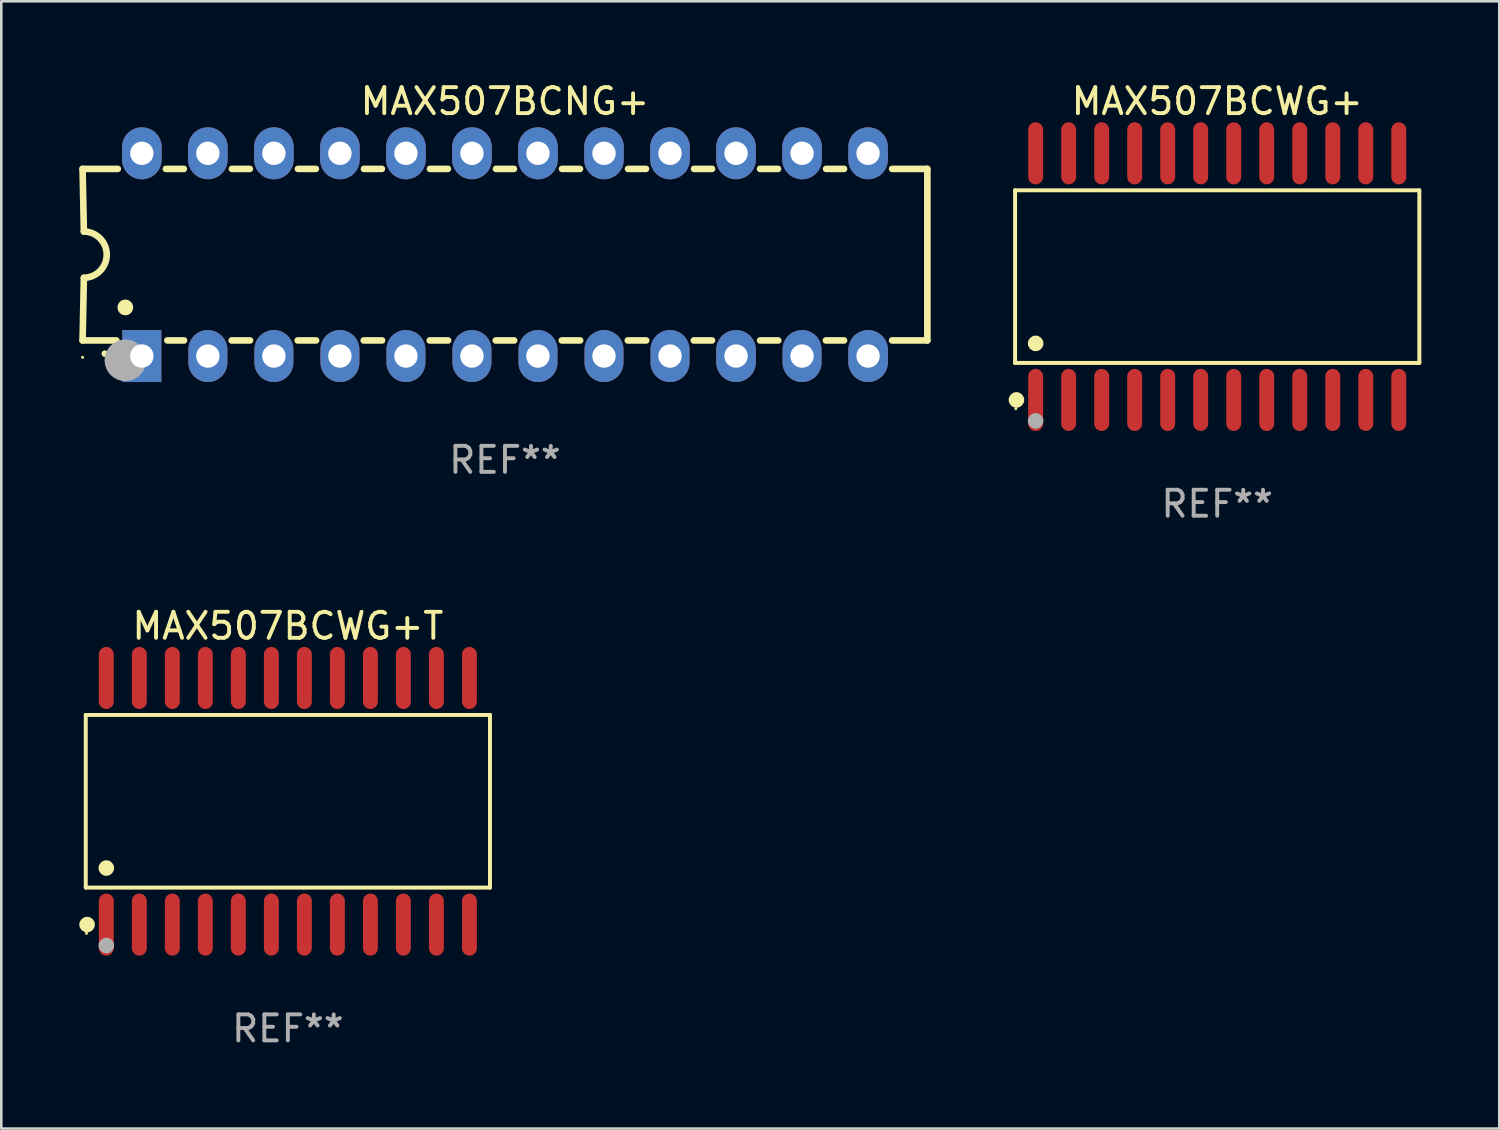
<source format=kicad_pcb>
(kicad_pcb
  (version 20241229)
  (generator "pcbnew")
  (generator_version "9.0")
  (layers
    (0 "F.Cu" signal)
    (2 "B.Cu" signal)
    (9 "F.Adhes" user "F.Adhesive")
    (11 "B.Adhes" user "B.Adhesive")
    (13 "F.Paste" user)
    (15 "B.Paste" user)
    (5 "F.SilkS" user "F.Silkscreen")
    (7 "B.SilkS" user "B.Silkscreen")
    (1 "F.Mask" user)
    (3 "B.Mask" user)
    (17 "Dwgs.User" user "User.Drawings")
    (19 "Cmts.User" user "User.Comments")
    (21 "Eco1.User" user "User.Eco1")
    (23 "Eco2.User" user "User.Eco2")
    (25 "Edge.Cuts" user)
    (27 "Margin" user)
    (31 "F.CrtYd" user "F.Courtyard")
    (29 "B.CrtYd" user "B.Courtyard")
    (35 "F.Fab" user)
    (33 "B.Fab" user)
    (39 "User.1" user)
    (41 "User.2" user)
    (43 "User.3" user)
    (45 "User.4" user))
  (footprint "MAX507BCWG+"
    (layer "F.Cu")
    (at 43.779 7.592)
    (property "Reference" "MAX507BCWG+" (at 0 -6.744 0) (layer "F.SilkS") (effects (font (size 1 1) (thickness 0.15))))
    (attr through_hole)
    (fp_line (start -7.776 -3.321) (end 7.776 -3.321) (stroke (width 0.152) (type solid)) (layer "F.SilkS"))
    (fp_line (start -7.776 3.321) (end -7.776 -3.321) (stroke (width 0.152) (type solid)) (layer "F.SilkS"))
    (fp_line (start 7.776 -3.321) (end 7.776 3.321) (stroke (width 0.152) (type solid)) (layer "F.SilkS"))
    (fp_line (start 7.776 3.321) (end -7.776 3.321) (stroke (width 0.152) (type solid)) (layer "F.SilkS"))
    (fp_circle (center -7.747 5.08) (end -7.717 5.08) (stroke (width 0.06) (type solid)) (fill no) (layer "F.SilkS"))
    (fp_circle (center -7.724 4.744) (end -7.574 4.744) (stroke (width 0.3) (type solid)) (fill no) (layer "F.SilkS"))
    (fp_circle (center -6.985 2.569) (end -6.835 2.569) (stroke (width 0.3) (type solid)) (fill no) (layer "F.SilkS"))
    (fp_circle (center -6.985 5.55) (end -6.835 5.55) (stroke (width 0.3) (type solid)) (fill no) (layer "F.Fab"))
    (fp_text user "REF**" (at 0 8.744 0) (layer "F.Fab") (effects (font (size 1 1) (thickness 0.15))))
    (pad "1" smd oval (at -6.985 4.744) (size 0.574 2.388) (layers "F.Cu" "F.Mask" "F.Paste"))
    (pad "2" smd oval (at -5.715 4.744) (size 0.574 2.388) (layers "F.Cu" "F.Mask" "F.Paste"))
    (pad "3" smd oval (at -4.445 4.744) (size 0.574 2.388) (layers "F.Cu" "F.Mask" "F.Paste"))
    (pad "4" smd oval (at -3.175 4.744) (size 0.574 2.388) (layers "F.Cu" "F.Mask" "F.Paste"))
    (pad "5" smd oval (at -1.905 4.744) (size 0.574 2.388) (layers "F.Cu" "F.Mask" "F.Paste"))
    (pad "6" smd oval (at -0.635 4.744) (size 0.574 2.388) (layers "F.Cu" "F.Mask" "F.Paste"))
    (pad "7" smd oval (at 0.635 4.744) (size 0.574 2.388) (layers "F.Cu" "F.Mask" "F.Paste"))
    (pad "8" smd oval (at 1.905 4.744) (size 0.574 2.388) (layers "F.Cu" "F.Mask" "F.Paste"))
    (pad "9" smd oval (at 3.175 4.744) (size 0.574 2.388) (layers "F.Cu" "F.Mask" "F.Paste"))
    (pad "10" smd oval (at 4.445 4.744) (size 0.574 2.388) (layers "F.Cu" "F.Mask" "F.Paste"))
    (pad "11" smd oval (at 5.715 4.744) (size 0.574 2.388) (layers "F.Cu" "F.Mask" "F.Paste"))
    (pad "12" smd oval (at 6.985 4.744) (size 0.574 2.388) (layers "F.Cu" "F.Mask" "F.Paste"))
    (pad "13" smd oval (at 6.985 -4.744) (size 0.574 2.388) (layers "F.Cu" "F.Mask" "F.Paste"))
    (pad "14" smd oval (at 5.715 -4.744) (size 0.574 2.388) (layers "F.Cu" "F.Mask" "F.Paste"))
    (pad "15" smd oval (at 4.445 -4.744) (size 0.574 2.388) (layers "F.Cu" "F.Mask" "F.Paste"))
    (pad "16" smd oval (at 3.175 -4.744) (size 0.574 2.388) (layers "F.Cu" "F.Mask" "F.Paste"))
    (pad "17" smd oval (at 1.905 -4.744) (size 0.574 2.388) (layers "F.Cu" "F.Mask" "F.Paste"))
    (pad "18" smd oval (at 0.635 -4.744) (size 0.574 2.388) (layers "F.Cu" "F.Mask" "F.Paste"))
    (pad "19" smd oval (at -0.635 -4.744) (size 0.574 2.388) (layers "F.Cu" "F.Mask" "F.Paste"))
    (pad "20" smd oval (at -1.905 -4.744) (size 0.574 2.388) (layers "F.Cu" "F.Mask" "F.Paste"))
    (pad "21" smd oval (at -3.175 -4.744) (size 0.574 2.388) (layers "F.Cu" "F.Mask" "F.Paste"))
    (pad "22" smd oval (at -4.445 -4.744) (size 0.574 2.388) (layers "F.Cu" "F.Mask" "F.Paste"))
    (pad "23" smd oval (at -5.715 -4.744) (size 0.574 2.388) (layers "F.Cu" "F.Mask" "F.Paste"))
    (pad "24" smd oval (at -6.985 -4.744) (size 0.574 2.388) (layers "F.Cu" "F.Mask" "F.Paste")))
  (footprint "MAX507BCWG+T"
    (layer "F.Cu")
    (at 8.025 27.777)
    (property "Reference" "MAX507BCWG+T" (at 0 -6.744 0) (layer "F.SilkS") (effects (font (size 1 1) (thickness 0.15))))
    (attr through_hole)
    (fp_line (start -7.776 -3.321) (end 7.776 -3.321) (stroke (width 0.152) (type solid)) (layer "F.SilkS"))
    (fp_line (start -7.776 3.321) (end -7.776 -3.321) (stroke (width 0.152) (type solid)) (layer "F.SilkS"))
    (fp_line (start 7.776 -3.321) (end 7.776 3.321) (stroke (width 0.152) (type solid)) (layer "F.SilkS"))
    (fp_line (start 7.776 3.321) (end -7.776 3.321) (stroke (width 0.152) (type solid)) (layer "F.SilkS"))
    (fp_circle (center -7.747 5.08) (end -7.717 5.08) (stroke (width 0.06) (type solid)) (fill no) (layer "F.SilkS"))
    (fp_circle (center -7.724 4.744) (end -7.574 4.744) (stroke (width 0.3) (type solid)) (fill no) (layer "F.SilkS"))
    (fp_circle (center -6.985 2.569) (end -6.835 2.569) (stroke (width 0.3) (type solid)) (fill no) (layer "F.SilkS"))
    (fp_circle (center -6.985 5.55) (end -6.835 5.55) (stroke (width 0.3) (type solid)) (fill no) (layer "F.Fab"))
    (fp_text user "REF**" (at 0 8.744 0) (layer "F.Fab") (effects (font (size 1 1) (thickness 0.15))))
    (pad "1" smd oval (at -6.985 4.744) (size 0.574 2.388) (layers "F.Cu" "F.Mask" "F.Paste"))
    (pad "2" smd oval (at -5.715 4.744) (size 0.574 2.388) (layers "F.Cu" "F.Mask" "F.Paste"))
    (pad "3" smd oval (at -4.445 4.744) (size 0.574 2.388) (layers "F.Cu" "F.Mask" "F.Paste"))
    (pad "4" smd oval (at -3.175 4.744) (size 0.574 2.388) (layers "F.Cu" "F.Mask" "F.Paste"))
    (pad "5" smd oval (at -1.905 4.744) (size 0.574 2.388) (layers "F.Cu" "F.Mask" "F.Paste"))
    (pad "6" smd oval (at -0.635 4.744) (size 0.574 2.388) (layers "F.Cu" "F.Mask" "F.Paste"))
    (pad "7" smd oval (at 0.635 4.744) (size 0.574 2.388) (layers "F.Cu" "F.Mask" "F.Paste"))
    (pad "8" smd oval (at 1.905 4.744) (size 0.574 2.388) (layers "F.Cu" "F.Mask" "F.Paste"))
    (pad "9" smd oval (at 3.175 4.744) (size 0.574 2.388) (layers "F.Cu" "F.Mask" "F.Paste"))
    (pad "10" smd oval (at 4.445 4.744) (size 0.574 2.388) (layers "F.Cu" "F.Mask" "F.Paste"))
    (pad "11" smd oval (at 5.715 4.744) (size 0.574 2.388) (layers "F.Cu" "F.Mask" "F.Paste"))
    (pad "12" smd oval (at 6.985 4.744) (size 0.574 2.388) (layers "F.Cu" "F.Mask" "F.Paste"))
    (pad "13" smd oval (at 6.985 -4.744) (size 0.574 2.388) (layers "F.Cu" "F.Mask" "F.Paste"))
    (pad "14" smd oval (at 5.715 -4.744) (size 0.574 2.388) (layers "F.Cu" "F.Mask" "F.Paste"))
    (pad "15" smd oval (at 4.445 -4.744) (size 0.574 2.388) (layers "F.Cu" "F.Mask" "F.Paste"))
    (pad "16" smd oval (at 3.175 -4.744) (size 0.574 2.388) (layers "F.Cu" "F.Mask" "F.Paste"))
    (pad "17" smd oval (at 1.905 -4.744) (size 0.574 2.388) (layers "F.Cu" "F.Mask" "F.Paste"))
    (pad "18" smd oval (at 0.635 -4.744) (size 0.574 2.388) (layers "F.Cu" "F.Mask" "F.Paste"))
    (pad "19" smd oval (at -0.635 -4.744) (size 0.574 2.388) (layers "F.Cu" "F.Mask" "F.Paste"))
    (pad "20" smd oval (at -1.905 -4.744) (size 0.574 2.388) (layers "F.Cu" "F.Mask" "F.Paste"))
    (pad "21" smd oval (at -3.175 -4.744) (size 0.574 2.388) (layers "F.Cu" "F.Mask" "F.Paste"))
    (pad "22" smd oval (at -4.445 -4.744) (size 0.574 2.388) (layers "F.Cu" "F.Mask" "F.Paste"))
    (pad "23" smd oval (at -5.715 -4.744) (size 0.574 2.388) (layers "F.Cu" "F.Mask" "F.Paste"))
    (pad "24" smd oval (at -6.985 -4.744) (size 0.574 2.388) (layers "F.Cu" "F.Mask" "F.Paste")))
  (footprint "MAX507BCNG+"
    (layer "F.Cu")
    (at 16.377 6.748)
    (property "Reference" "MAX507BCNG+" (at 0 -5.9 0) (layer "F.SilkS") (effects (font (size 1 1) (thickness 0.15))))
    (attr through_hole)
    (fp_line (start -16.25 -3.3) (end -16.2 -0.889) (stroke (width 0.254) (type solid)) (layer "F.SilkS"))
    (fp_line (start -16.25 -3.3) (end -14.895 -3.3) (stroke (width 0.254) (type solid)) (layer "F.SilkS"))
    (fp_line (start -16.25 3.3) (end -16.2 0.889) (stroke (width 0.254) (type solid)) (layer "F.SilkS"))
    (fp_line (start -16.25 3.3) (end -14.951 3.3) (stroke (width 0.254) (type solid)) (layer "F.SilkS"))
    (fp_line (start -13.045 -3.3) (end -12.355 -3.3) (stroke (width 0.254) (type solid)) (layer "F.SilkS"))
    (fp_line (start -12.989 3.3) (end -12.347 3.3) (stroke (width 0.254) (type solid)) (layer "F.SilkS"))
    (fp_line (start -10.514 3.3) (end -9.807 3.3) (stroke (width 0.254) (type solid)) (layer "F.SilkS"))
    (fp_line (start -10.505 -3.3) (end -9.815 -3.3) (stroke (width 0.254) (type solid)) (layer "F.SilkS"))
    (fp_line (start -7.974 3.3) (end -7.267 3.3) (stroke (width 0.254) (type solid)) (layer "F.SilkS"))
    (fp_line (start -7.965 -3.3) (end -7.275 -3.3) (stroke (width 0.254) (type solid)) (layer "F.SilkS"))
    (fp_line (start -5.434 3.3) (end -4.727 3.3) (stroke (width 0.254) (type solid)) (layer "F.SilkS"))
    (fp_line (start -5.425 -3.3) (end -4.735 -3.3) (stroke (width 0.254) (type solid)) (layer "F.SilkS"))
    (fp_line (start -2.894 3.3) (end -2.187 3.3) (stroke (width 0.254) (type solid)) (layer "F.SilkS"))
    (fp_line (start -2.885 -3.3) (end -2.195 -3.3) (stroke (width 0.254) (type solid)) (layer "F.SilkS"))
    (fp_line (start -0.354 3.3) (end 0.353 3.3) (stroke (width 0.254) (type solid)) (layer "F.SilkS"))
    (fp_line (start -0.345 -3.3) (end 0.345 -3.3) (stroke (width 0.254) (type solid)) (layer "F.SilkS"))
    (fp_line (start 2.186 3.3) (end 2.893 3.3) (stroke (width 0.254) (type solid)) (layer "F.SilkS"))
    (fp_line (start 2.195 -3.3) (end 2.885 -3.3) (stroke (width 0.254) (type solid)) (layer "F.SilkS"))
    (fp_line (start 4.726 3.3) (end 5.434 3.3) (stroke (width 0.254) (type solid)) (layer "F.SilkS"))
    (fp_line (start 4.735 -3.3) (end 5.425 -3.3) (stroke (width 0.254) (type solid)) (layer "F.SilkS"))
    (fp_line (start 7.266 3.3) (end 7.965 3.3) (stroke (width 0.254) (type solid)) (layer "F.SilkS"))
    (fp_line (start 7.275 -3.3) (end 7.965 -3.3) (stroke (width 0.254) (type solid)) (layer "F.SilkS"))
    (fp_line (start 9.815 -3.3) (end 10.505 -3.3) (stroke (width 0.254) (type solid)) (layer "F.SilkS"))
    (fp_line (start 9.815 3.3) (end 10.514 3.3) (stroke (width 0.254) (type solid)) (layer "F.SilkS"))
    (fp_line (start 12.346 3.3) (end 13.045 3.3) (stroke (width 0.254) (type solid)) (layer "F.SilkS"))
    (fp_line (start 12.355 -3.3) (end 13.045 -3.3) (stroke (width 0.254) (type solid)) (layer "F.SilkS"))
    (fp_line (start 16.25 -3.3) (end 14.895 -3.3) (stroke (width 0.254) (type solid)) (layer "F.SilkS"))
    (fp_line (start 16.25 -3.3) (end 16.25 3.3) (stroke (width 0.254) (type solid)) (layer "F.SilkS"))
    (fp_line (start 16.25 3.3) (end 14.895 3.3) (stroke (width 0.254) (type solid)) (layer "F.SilkS"))
    (fp_arc (start -16.201016 -0.890146) (mid -15.311429 -0.001055) (end -16.200025 0.889027) (stroke (width 0.254001) (type solid)) (layer "F.SilkS"))
    (fp_arc (start -15.394971 3.810033) (mid -15.394978 3.808763) (end -15.394971 3.807493) (stroke (width 0.25) (type solid)) (layer "F.SilkS"))
    (fp_arc (start -14.605029 2.032029) (mid -14.60504 2.029489) (end -14.605029 2.026949) (stroke (width 0.6) (type solid)) (layer "F.SilkS"))
    (fp_circle (center -16.25 3.95) (end -16.22 3.95) (stroke (width 0.06) (type solid)) (fill no) (layer "F.SilkS"))
    (fp_circle (center -14.605 4.064) (end -14.205 4.064) (stroke (width 0.8) (type solid)) (fill no) (layer "F.Fab"))
    (fp_text user "REF**" (at 0 7.9 0) (layer "F.Fab") (effects (font (size 1 1) (thickness 0.15))))
    (pad "1" thru_hole rect (at -13.97 3.9 90) (size 2 1.5) (drill 0.9) (layers "*.Cu" "*.Mask"))
    (pad "2" thru_hole oval (at -11.43 3.9 90) (size 2 1.5) (drill 0.9) (layers "*.Cu" "*.Mask"))
    (pad "3" thru_hole oval (at -8.89 3.9 90) (size 2 1.5) (drill 0.9) (layers "*.Cu" "*.Mask"))
    (pad "4" thru_hole oval (at -6.35 3.9 90) (size 2 1.5) (drill 0.9) (layers "*.Cu" "*.Mask"))
    (pad "5" thru_hole oval (at -3.81 3.9 90) (size 2 1.5) (drill 0.9) (layers "*.Cu" "*.Mask"))
    (pad "6" thru_hole oval (at -1.27 3.9 90) (size 2 1.5) (drill 0.9) (layers "*.Cu" "*.Mask"))
    (pad "7" thru_hole oval (at 1.27 3.9 90) (size 2 1.5) (drill 0.9) (layers "*.Cu" "*.Mask"))
    (pad "8" thru_hole oval (at 3.81 3.9 90) (size 2 1.5) (drill 0.9) (layers "*.Cu" "*.Mask"))
    (pad "9" thru_hole oval (at 6.35 3.9 90) (size 2 1.5) (drill 0.9) (layers "*.Cu" "*.Mask"))
    (pad "10" thru_hole oval (at 8.89 3.9 90) (size 2 1.524) (drill 0.9) (layers "*.Cu" "*.Mask"))
    (pad "11" thru_hole oval (at 11.43 3.9 90) (size 2 1.5) (drill 0.9) (layers "*.Cu" "*.Mask"))
    (pad "12" thru_hole oval (at 13.97 3.9 90) (size 2 1.524) (drill 0.9) (layers "*.Cu" "*.Mask"))
    (pad "13" thru_hole oval (at 13.97 -3.9 90) (size 2 1.524) (drill 0.9) (layers "*.Cu" "*.Mask"))
    (pad "14" thru_hole oval (at 11.43 -3.9 90) (size 2 1.524) (drill 0.9) (layers "*.Cu" "*.Mask"))
    (pad "15" thru_hole oval (at 8.89 -3.9 90) (size 2 1.524) (drill 0.9) (layers "*.Cu" "*.Mask"))
    (pad "16" thru_hole oval (at 6.35 -3.9 90) (size 2 1.524) (drill 0.9) (layers "*.Cu" "*.Mask"))
    (pad "17" thru_hole oval (at 3.81 -3.9 90) (size 2 1.524) (drill 0.9) (layers "*.Cu" "*.Mask"))
    (pad "18" thru_hole oval (at 1.27 -3.9 90) (size 2 1.524) (drill 0.9) (layers "*.Cu" "*.Mask"))
    (pad "19" thru_hole oval (at -1.27 -3.9 90) (size 2 1.524) (drill 0.9) (layers "*.Cu" "*.Mask"))
    (pad "20" thru_hole oval (at -3.81 -3.9 90) (size 2 1.524) (drill 0.9) (layers "*.Cu" "*.Mask"))
    (pad "21" thru_hole oval (at -6.35 -3.9 90) (size 2 1.524) (drill 0.9) (layers "*.Cu" "*.Mask"))
    (pad "22" thru_hole oval (at -8.89 -3.9 90) (size 2 1.524) (drill 0.9) (layers "*.Cu" "*.Mask"))
    (pad "23" thru_hole oval (at -11.43 -3.9 90) (size 2 1.524) (drill 0.9) (layers "*.Cu" "*.Mask"))
    (pad "24" thru_hole oval (at -13.97 -3.9 90) (size 2 1.524) (drill 0.9) (layers "*.Cu" "*.Mask")))
  (gr_rect
    (start -3 -3)
    (end 54.631 40.369)
    (stroke (width 0.1) (type default))
    (fill no)
    (layer "Edge.Cuts")))
</source>
